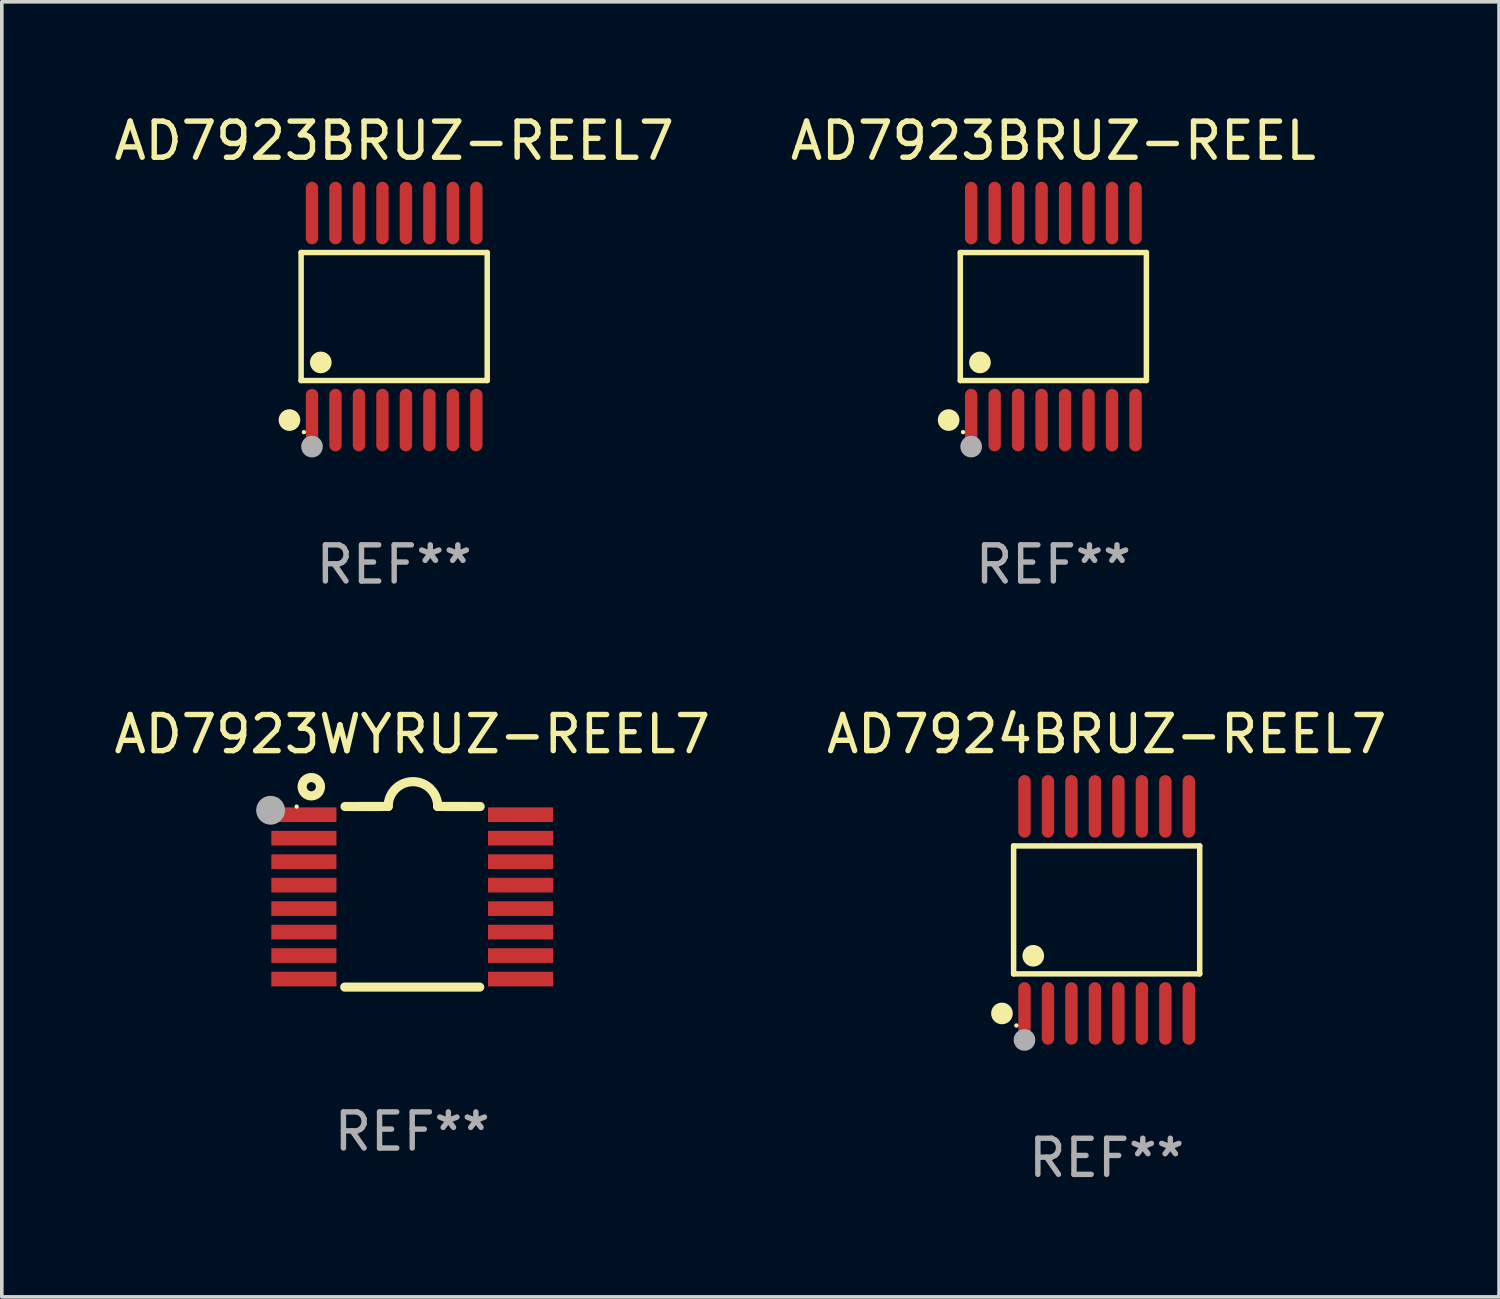
<source format=kicad_pcb>
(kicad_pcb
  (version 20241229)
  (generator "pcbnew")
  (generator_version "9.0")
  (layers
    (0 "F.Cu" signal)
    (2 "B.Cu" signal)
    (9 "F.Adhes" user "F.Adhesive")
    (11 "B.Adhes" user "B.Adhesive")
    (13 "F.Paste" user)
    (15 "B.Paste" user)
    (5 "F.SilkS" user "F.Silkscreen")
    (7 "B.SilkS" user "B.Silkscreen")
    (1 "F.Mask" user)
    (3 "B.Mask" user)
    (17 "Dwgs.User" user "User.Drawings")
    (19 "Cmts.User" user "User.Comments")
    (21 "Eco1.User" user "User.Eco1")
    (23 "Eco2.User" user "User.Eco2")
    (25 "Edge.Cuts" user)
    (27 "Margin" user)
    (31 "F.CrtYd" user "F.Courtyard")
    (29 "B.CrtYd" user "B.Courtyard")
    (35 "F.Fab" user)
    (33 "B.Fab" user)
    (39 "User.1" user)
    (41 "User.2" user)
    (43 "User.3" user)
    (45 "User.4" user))
  (footprint "AD7924BRUZ-REEL7"
    (layer "F.Cu")
    (at 27.589 22.142)
    (property "Reference" "AD7924BRUZ-REEL7" (at 0 -4.866 0) (layer "F.SilkS") (effects (font (size 1 1) (thickness 0.15))))
    (attr through_hole)
    (fp_line (start -2.576 -1.772) (end 2.576 -1.772) (stroke (width 0.152) (type solid)) (layer "F.SilkS"))
    (fp_line (start -2.576 1.771) (end -2.576 -1.772) (stroke (width 0.152) (type solid)) (layer "F.SilkS"))
    (fp_line (start 2.576 -1.772) (end 2.576 1.771) (stroke (width 0.152) (type solid)) (layer "F.SilkS"))
    (fp_line (start 2.576 1.771) (end -2.576 1.771) (stroke (width 0.152) (type solid)) (layer "F.SilkS"))
    (fp_circle (center -2.899 2.866) (end -2.749 2.866) (stroke (width 0.3) (type solid)) (fill no) (layer "F.SilkS"))
    (fp_circle (center -2.5 3.2) (end -2.47 3.2) (stroke (width 0.06) (type solid)) (fill no) (layer "F.SilkS"))
    (fp_circle (center -2.032 1.27) (end -1.882 1.27) (stroke (width 0.3) (type solid)) (fill no) (layer "F.SilkS"))
    (fp_circle (center -2.275 3.6) (end -2.125 3.6) (stroke (width 0.3) (type solid)) (fill no) (layer "F.Fab"))
    (fp_text user "REF**" (at 0 6.866 0) (layer "F.Fab") (effects (font (size 1 1) (thickness 0.15))))
    (pad "1" smd oval (at -2.275 2.866) (size 0.343 1.731) (layers "F.Cu" "F.Mask" "F.Paste"))
    (pad "2" smd oval (at -1.625 2.866) (size 0.343 1.731) (layers "F.Cu" "F.Mask" "F.Paste"))
    (pad "3" smd oval (at -0.975 2.866) (size 0.343 1.731) (layers "F.Cu" "F.Mask" "F.Paste"))
    (pad "4" smd oval (at -0.325 2.866) (size 0.343 1.731) (layers "F.Cu" "F.Mask" "F.Paste"))
    (pad "5" smd oval (at 0.325 2.866) (size 0.343 1.731) (layers "F.Cu" "F.Mask" "F.Paste"))
    (pad "6" smd oval (at 0.975 2.866) (size 0.343 1.731) (layers "F.Cu" "F.Mask" "F.Paste"))
    (pad "7" smd oval (at 1.625 2.866) (size 0.343 1.731) (layers "F.Cu" "F.Mask" "F.Paste"))
    (pad "8" smd oval (at 2.275 2.866) (size 0.343 1.731) (layers "F.Cu" "F.Mask" "F.Paste"))
    (pad "9" smd oval (at 2.275 -2.866) (size 0.343 1.731) (layers "F.Cu" "F.Mask" "F.Paste"))
    (pad "10" smd oval (at 1.625 -2.866) (size 0.343 1.731) (layers "F.Cu" "F.Mask" "F.Paste"))
    (pad "11" smd oval (at 0.975 -2.866) (size 0.343 1.731) (layers "F.Cu" "F.Mask" "F.Paste"))
    (pad "12" smd oval (at 0.325 -2.866) (size 0.343 1.731) (layers "F.Cu" "F.Mask" "F.Paste"))
    (pad "13" smd oval (at -0.325 -2.866) (size 0.343 1.731) (layers "F.Cu" "F.Mask" "F.Paste"))
    (pad "14" smd oval (at -0.975 -2.866) (size 0.343 1.731) (layers "F.Cu" "F.Mask" "F.Paste"))
    (pad "15" smd oval (at -1.625 -2.866) (size 0.343 1.731) (layers "F.Cu" "F.Mask" "F.Paste"))
    (pad "16" smd oval (at -2.275 -2.866) (size 0.343 1.731) (layers "F.Cu" "F.Mask" "F.Paste")))
  (footprint "AD7923BRUZ-REEL"
    (layer "F.Cu")
    (at 26.113 5.714)
    (property "Reference" "AD7923BRUZ-REEL" (at 0 -4.866 0) (layer "F.SilkS") (effects (font (size 1 1) (thickness 0.15))))
    (attr through_hole)
    (fp_line (start -2.576 -1.772) (end 2.576 -1.772) (stroke (width 0.152) (type solid)) (layer "F.SilkS"))
    (fp_line (start -2.576 1.771) (end -2.576 -1.772) (stroke (width 0.152) (type solid)) (layer "F.SilkS"))
    (fp_line (start 2.576 -1.772) (end 2.576 1.771) (stroke (width 0.152) (type solid)) (layer "F.SilkS"))
    (fp_line (start 2.576 1.771) (end -2.576 1.771) (stroke (width 0.152) (type solid)) (layer "F.SilkS"))
    (fp_circle (center -2.899 2.866) (end -2.749 2.866) (stroke (width 0.3) (type solid)) (fill no) (layer "F.SilkS"))
    (fp_circle (center -2.5 3.2) (end -2.47 3.2) (stroke (width 0.06) (type solid)) (fill no) (layer "F.SilkS"))
    (fp_circle (center -2.032 1.27) (end -1.882 1.27) (stroke (width 0.3) (type solid)) (fill no) (layer "F.SilkS"))
    (fp_circle (center -2.275 3.6) (end -2.125 3.6) (stroke (width 0.3) (type solid)) (fill no) (layer "F.Fab"))
    (fp_text user "REF**" (at 0 6.866 0) (layer "F.Fab") (effects (font (size 1 1) (thickness 0.15))))
    (pad "1" smd oval (at -2.275 2.866) (size 0.343 1.731) (layers "F.Cu" "F.Mask" "F.Paste"))
    (pad "2" smd oval (at -1.625 2.866) (size 0.343 1.731) (layers "F.Cu" "F.Mask" "F.Paste"))
    (pad "3" smd oval (at -0.975 2.866) (size 0.343 1.731) (layers "F.Cu" "F.Mask" "F.Paste"))
    (pad "4" smd oval (at -0.325 2.866) (size 0.343 1.731) (layers "F.Cu" "F.Mask" "F.Paste"))
    (pad "5" smd oval (at 0.325 2.866) (size 0.343 1.731) (layers "F.Cu" "F.Mask" "F.Paste"))
    (pad "6" smd oval (at 0.975 2.866) (size 0.343 1.731) (layers "F.Cu" "F.Mask" "F.Paste"))
    (pad "7" smd oval (at 1.625 2.866) (size 0.343 1.731) (layers "F.Cu" "F.Mask" "F.Paste"))
    (pad "8" smd oval (at 2.275 2.866) (size 0.343 1.731) (layers "F.Cu" "F.Mask" "F.Paste"))
    (pad "9" smd oval (at 2.275 -2.866) (size 0.343 1.731) (layers "F.Cu" "F.Mask" "F.Paste"))
    (pad "10" smd oval (at 1.625 -2.866) (size 0.343 1.731) (layers "F.Cu" "F.Mask" "F.Paste"))
    (pad "11" smd oval (at 0.975 -2.866) (size 0.343 1.731) (layers "F.Cu" "F.Mask" "F.Paste"))
    (pad "12" smd oval (at 0.325 -2.866) (size 0.343 1.731) (layers "F.Cu" "F.Mask" "F.Paste"))
    (pad "13" smd oval (at -0.325 -2.866) (size 0.343 1.731) (layers "F.Cu" "F.Mask" "F.Paste"))
    (pad "14" smd oval (at -0.975 -2.866) (size 0.343 1.731) (layers "F.Cu" "F.Mask" "F.Paste"))
    (pad "15" smd oval (at -1.625 -2.866) (size 0.343 1.731) (layers "F.Cu" "F.Mask" "F.Paste"))
    (pad "16" smd oval (at -2.275 -2.866) (size 0.343 1.731) (layers "F.Cu" "F.Mask" "F.Paste")))
  (footprint "AD7923BRUZ-REEL7"
    (layer "F.Cu")
    (at 7.863 5.714)
    (property "Reference" "AD7923BRUZ-REEL7" (at 0 -4.866 0) (layer "F.SilkS") (effects (font (size 1 1) (thickness 0.15))))
    (attr through_hole)
    (fp_line (start -2.576 -1.772) (end 2.576 -1.772) (stroke (width 0.152) (type solid)) (layer "F.SilkS"))
    (fp_line (start -2.576 1.771) (end -2.576 -1.772) (stroke (width 0.152) (type solid)) (layer "F.SilkS"))
    (fp_line (start 2.576 -1.772) (end 2.576 1.771) (stroke (width 0.152) (type solid)) (layer "F.SilkS"))
    (fp_line (start 2.576 1.771) (end -2.576 1.771) (stroke (width 0.152) (type solid)) (layer "F.SilkS"))
    (fp_circle (center -2.899 2.866) (end -2.749 2.866) (stroke (width 0.3) (type solid)) (fill no) (layer "F.SilkS"))
    (fp_circle (center -2.5 3.2) (end -2.47 3.2) (stroke (width 0.06) (type solid)) (fill no) (layer "F.SilkS"))
    (fp_circle (center -2.032 1.27) (end -1.882 1.27) (stroke (width 0.3) (type solid)) (fill no) (layer "F.SilkS"))
    (fp_circle (center -2.275 3.6) (end -2.125 3.6) (stroke (width 0.3) (type solid)) (fill no) (layer "F.Fab"))
    (fp_text user "REF**" (at 0 6.866 0) (layer "F.Fab") (effects (font (size 1 1) (thickness 0.15))))
    (pad "1" smd oval (at -2.275 2.866) (size 0.343 1.731) (layers "F.Cu" "F.Mask" "F.Paste"))
    (pad "2" smd oval (at -1.625 2.866) (size 0.343 1.731) (layers "F.Cu" "F.Mask" "F.Paste"))
    (pad "3" smd oval (at -0.975 2.866) (size 0.343 1.731) (layers "F.Cu" "F.Mask" "F.Paste"))
    (pad "4" smd oval (at -0.325 2.866) (size 0.343 1.731) (layers "F.Cu" "F.Mask" "F.Paste"))
    (pad "5" smd oval (at 0.325 2.866) (size 0.343 1.731) (layers "F.Cu" "F.Mask" "F.Paste"))
    (pad "6" smd oval (at 0.975 2.866) (size 0.343 1.731) (layers "F.Cu" "F.Mask" "F.Paste"))
    (pad "7" smd oval (at 1.625 2.866) (size 0.343 1.731) (layers "F.Cu" "F.Mask" "F.Paste"))
    (pad "8" smd oval (at 2.275 2.866) (size 0.343 1.731) (layers "F.Cu" "F.Mask" "F.Paste"))
    (pad "9" smd oval (at 2.275 -2.866) (size 0.343 1.731) (layers "F.Cu" "F.Mask" "F.Paste"))
    (pad "10" smd oval (at 1.625 -2.866) (size 0.343 1.731) (layers "F.Cu" "F.Mask" "F.Paste"))
    (pad "11" smd oval (at 0.975 -2.866) (size 0.343 1.731) (layers "F.Cu" "F.Mask" "F.Paste"))
    (pad "12" smd oval (at 0.325 -2.866) (size 0.343 1.731) (layers "F.Cu" "F.Mask" "F.Paste"))
    (pad "13" smd oval (at -0.325 -2.866) (size 0.343 1.731) (layers "F.Cu" "F.Mask" "F.Paste"))
    (pad "14" smd oval (at -0.975 -2.866) (size 0.343 1.731) (layers "F.Cu" "F.Mask" "F.Paste"))
    (pad "15" smd oval (at -1.625 -2.866) (size 0.343 1.731) (layers "F.Cu" "F.Mask" "F.Paste"))
    (pad "16" smd oval (at -2.275 -2.866) (size 0.343 1.731) (layers "F.Cu" "F.Mask" "F.Paste")))
  (footprint "AD7923WYRUZ-REEL7"
    (layer "F.Cu")
    (at 8.363 21.778)
    (property "Reference" "AD7923WYRUZ-REEL7" (at 0 -4.501 0) (layer "F.SilkS") (effects (font (size 1 1) (thickness 0.15))))
    (attr through_hole)
    (fp_line (start -1.868 2.501) (end 1.868 2.501) (stroke (width 0.254) (type solid)) (layer "F.SilkS"))
    (fp_line (start -1.86 -2.499) (end -0.666 -2.501) (stroke (width 0.254) (type solid)) (layer "F.SilkS"))
    (fp_line (start 0.706 -2.501) (end 1.88 -2.499) (stroke (width 0.254) (type solid)) (layer "F.SilkS"))
    (fp_arc (start -0.665914 -2.501448) (mid 0.019888 -3.18725) (end 0.70569 -2.501448) (stroke (width 0.254001) (type solid)) (layer "F.SilkS"))
    (fp_circle (center -3.2 -2.497) (end -3.17 -2.497) (stroke (width 0.06) (type solid)) (fill no) (layer "F.SilkS"))
    (fp_circle (center -2.794 -3.047) (end -2.54 -3.047) (stroke (width 0.254) (type solid)) (fill no) (layer "F.SilkS"))
    (fp_circle (center -3.921 -2.395) (end -3.721 -2.395) (stroke (width 0.4) (type solid)) (fill no) (layer "F.Fab"))
    (fp_text user "REF**" (at 0 6.501 0) (layer "F.Fab") (effects (font (size 1 1) (thickness 0.15))))
    (pad "1" smd rect (at -3 -2.272) (size 1.803 0.406) (layers "F.Cu" "F.Mask" "F.Paste"))
    (pad "2" smd rect (at -3 -1.622) (size 1.803 0.406) (layers "F.Cu" "F.Mask" "F.Paste"))
    (pad "3" smd rect (at -3 -0.972) (size 1.803 0.406) (layers "F.Cu" "F.Mask" "F.Paste"))
    (pad "4" smd rect (at -3 -0.322) (size 1.803 0.406) (layers "F.Cu" "F.Mask" "F.Paste"))
    (pad "5" smd rect (at -3 0.328) (size 1.803 0.406) (layers "F.Cu" "F.Mask" "F.Paste"))
    (pad "6" smd rect (at -3 0.978) (size 1.803 0.406) (layers "F.Cu" "F.Mask" "F.Paste"))
    (pad "7" smd rect (at -3 1.628) (size 1.803 0.406) (layers "F.Cu" "F.Mask" "F.Paste"))
    (pad "8" smd rect (at -3 2.278) (size 1.803 0.406) (layers "F.Cu" "F.Mask" "F.Paste"))
    (pad "9" smd rect (at 3 2.278) (size 1.803 0.406) (layers "F.Cu" "F.Mask" "F.Paste"))
    (pad "10" smd rect (at 3 1.628) (size 1.803 0.406) (layers "F.Cu" "F.Mask" "F.Paste"))
    (pad "11" smd rect (at 3 0.978) (size 1.803 0.406) (layers "F.Cu" "F.Mask" "F.Paste"))
    (pad "12" smd rect (at 3 0.328) (size 1.803 0.406) (layers "F.Cu" "F.Mask" "F.Paste"))
    (pad "13" smd rect (at 3 -0.322) (size 1.803 0.406) (layers "F.Cu" "F.Mask" "F.Paste"))
    (pad "14" smd rect (at 3 -0.972) (size 1.803 0.406) (layers "F.Cu" "F.Mask" "F.Paste"))
    (pad "15" smd rect (at 3 -1.622) (size 1.803 0.406) (layers "F.Cu" "F.Mask" "F.Paste"))
    (pad "16" smd rect (at 3 -2.272) (size 1.803 0.406) (layers "F.Cu" "F.Mask" "F.Paste")))
  (gr_rect
    (start -3 -3)
    (end 38.452 32.856)
    (stroke (width 0.1) (type default))
    (fill no)
    (layer "Edge.Cuts")))
</source>
